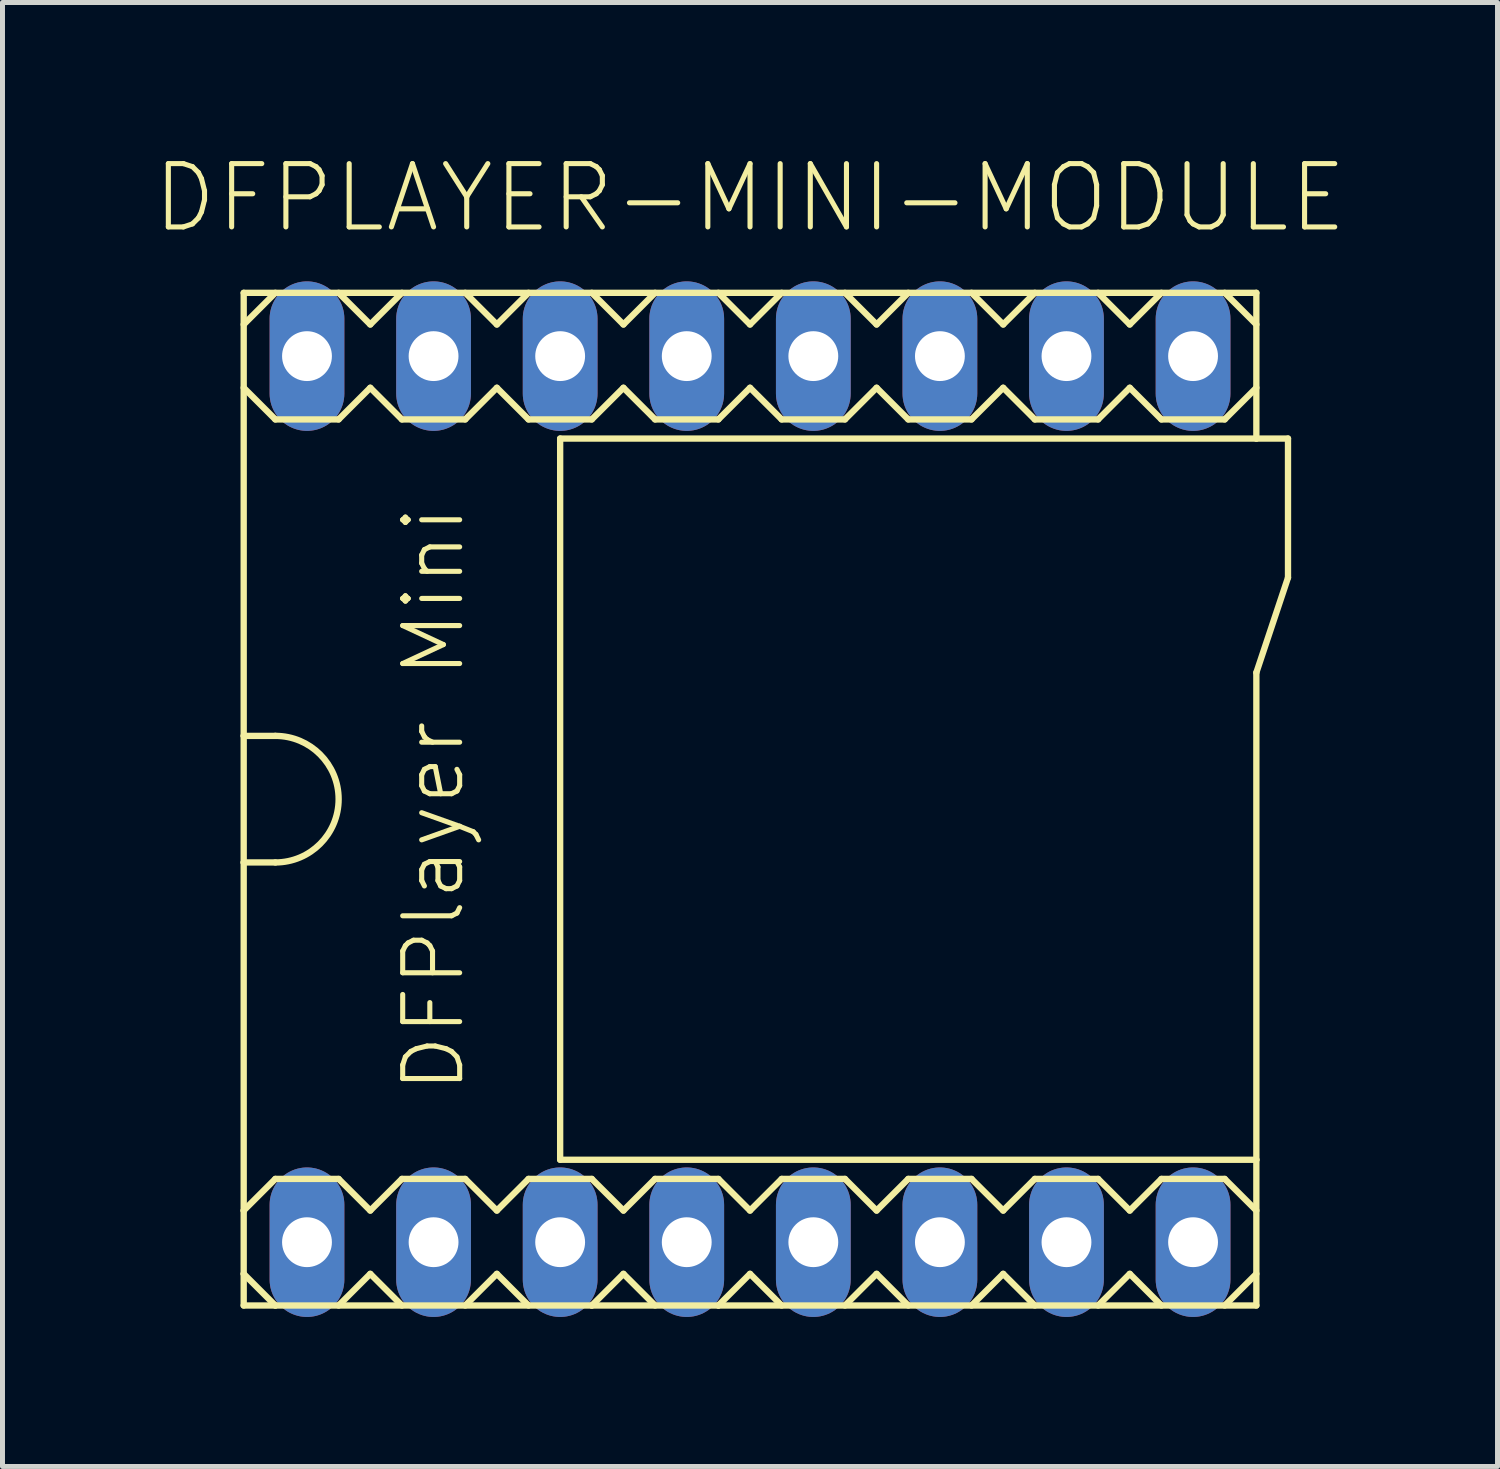
<source format=kicad_pcb>
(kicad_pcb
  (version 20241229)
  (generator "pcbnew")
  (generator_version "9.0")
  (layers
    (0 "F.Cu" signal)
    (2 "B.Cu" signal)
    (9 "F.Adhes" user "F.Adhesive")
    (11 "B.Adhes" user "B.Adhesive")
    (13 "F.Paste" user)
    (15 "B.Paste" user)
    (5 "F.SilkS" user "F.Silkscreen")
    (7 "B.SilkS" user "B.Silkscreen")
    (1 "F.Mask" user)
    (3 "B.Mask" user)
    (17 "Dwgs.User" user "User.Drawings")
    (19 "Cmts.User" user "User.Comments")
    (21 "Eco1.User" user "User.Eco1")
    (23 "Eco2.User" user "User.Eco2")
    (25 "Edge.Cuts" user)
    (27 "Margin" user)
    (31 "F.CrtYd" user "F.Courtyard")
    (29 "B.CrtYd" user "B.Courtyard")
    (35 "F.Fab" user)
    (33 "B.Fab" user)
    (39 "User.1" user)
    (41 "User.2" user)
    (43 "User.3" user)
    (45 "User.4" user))
  (footprint "DFPLAYER-MINI-MODULE"
    (layer "F.Cu")
    (at 12 12.986)
    (property "Reference" "DFPLAYER-MINI-MODULE" (at 0 -12.065 0) (layer "F.SilkS") (effects (font (size 1.27 1.27) (thickness 0.102))))
    (attr exclude_from_pos_files exclude_from_bom)
    (fp_line (start -10.16 -10.16) (end -10.16 -1.27) (stroke (width 0.127) (type solid)) (layer "F.SilkS"))
    (fp_line (start -10.16 -8.255) (end -9.525 -7.62) (stroke (width 0.127) (type solid)) (layer "F.SilkS"))
    (fp_line (start -10.16 -1.27) (end -10.16 1.27) (stroke (width 0.127) (type solid)) (layer "F.SilkS"))
    (fp_line (start -10.16 1.27) (end -10.16 8.255) (stroke (width 0.127) (type solid)) (layer "F.SilkS"))
    (fp_line (start -10.16 1.27) (end -9.525 1.27) (stroke (width 0.127) (type solid)) (layer "F.SilkS"))
    (fp_line (start -10.16 8.255) (end -10.16 9.525) (stroke (width 0.127) (type solid)) (layer "F.SilkS"))
    (fp_line (start -10.16 9.525) (end -10.16 10.16) (stroke (width 0.127) (type solid)) (layer "F.SilkS"))
    (fp_line (start -10.16 9.525) (end -9.525 10.16) (stroke (width 0.127) (type solid)) (layer "F.SilkS"))
    (fp_line (start -10.16 10.16) (end -9.525 10.16) (stroke (width 0.127) (type solid)) (layer "F.SilkS"))
    (fp_line (start -9.525 -10.16) (end -10.16 -9.525) (stroke (width 0.127) (type solid)) (layer "F.SilkS"))
    (fp_line (start -9.525 -7.62) (end -8.255 -7.62) (stroke (width 0.127) (type solid)) (layer "F.SilkS"))
    (fp_line (start -9.525 -1.27) (end -10.16 -1.27) (stroke (width 0.127) (type solid)) (layer "F.SilkS"))
    (fp_line (start -9.525 7.62) (end -10.16 8.255) (stroke (width 0.127) (type solid)) (layer "F.SilkS"))
    (fp_line (start -9.525 7.62) (end -8.255 7.62) (stroke (width 0.127) (type solid)) (layer "F.SilkS"))
    (fp_line (start -9.525 10.16) (end -3.175 10.16) (stroke (width 0.127) (type solid)) (layer "F.SilkS"))
    (fp_line (start -8.255 -7.62) (end -7.62 -8.255) (stroke (width 0.127) (type solid)) (layer "F.SilkS"))
    (fp_line (start -8.255 7.62) (end -7.62 8.255) (stroke (width 0.127) (type solid)) (layer "F.SilkS"))
    (fp_line (start -8.255 10.16) (end -7.62 9.525) (stroke (width 0.127) (type solid)) (layer "F.SilkS"))
    (fp_line (start -7.62 -9.525) (end -8.255 -10.16) (stroke (width 0.127) (type solid)) (layer "F.SilkS"))
    (fp_line (start -7.62 -8.255) (end -6.985 -7.62) (stroke (width 0.127) (type solid)) (layer "F.SilkS"))
    (fp_line (start -7.62 8.255) (end -6.985 7.62) (stroke (width 0.127) (type solid)) (layer "F.SilkS"))
    (fp_line (start -7.62 9.525) (end -6.985 10.16) (stroke (width 0.127) (type solid)) (layer "F.SilkS"))
    (fp_line (start -6.985 -10.16) (end -7.62 -9.525) (stroke (width 0.127) (type solid)) (layer "F.SilkS"))
    (fp_line (start -6.985 -7.62) (end -5.715 -7.62) (stroke (width 0.127) (type solid)) (layer "F.SilkS"))
    (fp_line (start -6.985 7.62) (end -5.715 7.62) (stroke (width 0.127) (type solid)) (layer "F.SilkS"))
    (fp_line (start -5.715 -7.62) (end -5.08 -8.255) (stroke (width 0.127) (type solid)) (layer "F.SilkS"))
    (fp_line (start -5.715 7.62) (end -5.08 8.255) (stroke (width 0.127) (type solid)) (layer "F.SilkS"))
    (fp_line (start -5.715 10.16) (end -5.08 9.525) (stroke (width 0.127) (type solid)) (layer "F.SilkS"))
    (fp_line (start -5.08 -9.525) (end -5.715 -10.16) (stroke (width 0.127) (type solid)) (layer "F.SilkS"))
    (fp_line (start -5.08 -8.255) (end -4.445 -7.62) (stroke (width 0.127) (type solid)) (layer "F.SilkS"))
    (fp_line (start -5.08 8.255) (end -4.445 7.62) (stroke (width 0.127) (type solid)) (layer "F.SilkS"))
    (fp_line (start -5.08 9.525) (end -4.445 10.16) (stroke (width 0.127) (type solid)) (layer "F.SilkS"))
    (fp_line (start -4.445 -10.16) (end -5.08 -9.525) (stroke (width 0.127) (type solid)) (layer "F.SilkS"))
    (fp_line (start -4.445 -7.62) (end -3.175 -7.62) (stroke (width 0.127) (type solid)) (layer "F.SilkS"))
    (fp_line (start -4.445 7.62) (end -3.175 7.62) (stroke (width 0.127) (type solid)) (layer "F.SilkS"))
    (fp_line (start -3.81 -7.236) (end -3.81 7.236) (stroke (width 0.127) (type solid)) (layer "F.SilkS"))
    (fp_line (start -3.81 7.236) (end 10.16 7.236) (stroke (width 0.127) (type solid)) (layer "F.SilkS"))
    (fp_line (start -3.175 -7.62) (end -2.54 -8.255) (stroke (width 0.127) (type solid)) (layer "F.SilkS"))
    (fp_line (start -3.175 7.62) (end -2.54 8.255) (stroke (width 0.127) (type solid)) (layer "F.SilkS"))
    (fp_line (start -3.175 10.16) (end -0.635 10.16) (stroke (width 0.127) (type solid)) (layer "F.SilkS"))
    (fp_line (start -2.54 -9.525) (end -3.175 -10.16) (stroke (width 0.127) (type solid)) (layer "F.SilkS"))
    (fp_line (start -2.54 -8.255) (end -1.905 -7.62) (stroke (width 0.127) (type solid)) (layer "F.SilkS"))
    (fp_line (start -2.54 8.255) (end -1.905 7.62) (stroke (width 0.127) (type solid)) (layer "F.SilkS"))
    (fp_line (start -2.54 9.525) (end -3.175 10.16) (stroke (width 0.127) (type solid)) (layer "F.SilkS"))
    (fp_line (start -2.54 9.525) (end -1.905 10.16) (stroke (width 0.127) (type solid)) (layer "F.SilkS"))
    (fp_line (start -1.905 -10.16) (end -2.54 -9.525) (stroke (width 0.127) (type solid)) (layer "F.SilkS"))
    (fp_line (start -1.905 -7.62) (end -0.635 -7.62) (stroke (width 0.127) (type solid)) (layer "F.SilkS"))
    (fp_line (start -1.905 7.62) (end -0.635 7.62) (stroke (width 0.127) (type solid)) (layer "F.SilkS"))
    (fp_line (start -0.635 -7.62) (end 0 -8.255) (stroke (width 0.127) (type solid)) (layer "F.SilkS"))
    (fp_line (start -0.635 7.62) (end 0 8.255) (stroke (width 0.127) (type solid)) (layer "F.SilkS"))
    (fp_line (start -0.635 10.16) (end 10.16 10.16) (stroke (width 0.127) (type solid)) (layer "F.SilkS"))
    (fp_line (start 0 -9.525) (end -0.635 -10.16) (stroke (width 0.127) (type solid)) (layer "F.SilkS"))
    (fp_line (start 0 -8.255) (end 0.635 -7.62) (stroke (width 0.127) (type solid)) (layer "F.SilkS"))
    (fp_line (start 0 8.255) (end 0.635 7.62) (stroke (width 0.127) (type solid)) (layer "F.SilkS"))
    (fp_line (start 0 9.525) (end -0.635 10.16) (stroke (width 0.127) (type solid)) (layer "F.SilkS"))
    (fp_line (start 0 9.525) (end 0.635 10.16) (stroke (width 0.127) (type solid)) (layer "F.SilkS"))
    (fp_line (start 0.635 -10.16) (end 0 -9.525) (stroke (width 0.127) (type solid)) (layer "F.SilkS"))
    (fp_line (start 0.635 -7.62) (end 1.905 -7.62) (stroke (width 0.127) (type solid)) (layer "F.SilkS"))
    (fp_line (start 0.635 7.62) (end 1.905 7.62) (stroke (width 0.127) (type solid)) (layer "F.SilkS"))
    (fp_line (start 1.905 -7.62) (end 2.54 -8.255) (stroke (width 0.127) (type solid)) (layer "F.SilkS"))
    (fp_line (start 1.905 7.62) (end 2.54 8.255) (stroke (width 0.127) (type solid)) (layer "F.SilkS"))
    (fp_line (start 1.905 10.16) (end 2.54 9.525) (stroke (width 0.127) (type solid)) (layer "F.SilkS"))
    (fp_line (start 2.54 -9.525) (end 1.905 -10.16) (stroke (width 0.127) (type solid)) (layer "F.SilkS"))
    (fp_line (start 2.54 -8.255) (end 3.175 -7.62) (stroke (width 0.127) (type solid)) (layer "F.SilkS"))
    (fp_line (start 2.54 8.255) (end 3.175 7.62) (stroke (width 0.127) (type solid)) (layer "F.SilkS"))
    (fp_line (start 2.54 9.525) (end 3.175 10.16) (stroke (width 0.127) (type solid)) (layer "F.SilkS"))
    (fp_line (start 3.175 -10.16) (end 2.54 -9.525) (stroke (width 0.127) (type solid)) (layer "F.SilkS"))
    (fp_line (start 3.175 -7.62) (end 4.445 -7.62) (stroke (width 0.127) (type solid)) (layer "F.SilkS"))
    (fp_line (start 3.175 7.62) (end 4.445 7.62) (stroke (width 0.127) (type solid)) (layer "F.SilkS"))
    (fp_line (start 4.445 -7.62) (end 5.08 -8.255) (stroke (width 0.127) (type solid)) (layer "F.SilkS"))
    (fp_line (start 4.445 7.62) (end 5.08 8.255) (stroke (width 0.127) (type solid)) (layer "F.SilkS"))
    (fp_line (start 4.445 10.16) (end 5.08 9.525) (stroke (width 0.127) (type solid)) (layer "F.SilkS"))
    (fp_line (start 5.08 -9.525) (end 4.445 -10.16) (stroke (width 0.127) (type solid)) (layer "F.SilkS"))
    (fp_line (start 5.08 -8.255) (end 5.715 -7.62) (stroke (width 0.127) (type solid)) (layer "F.SilkS"))
    (fp_line (start 5.08 8.255) (end 5.715 7.62) (stroke (width 0.127) (type solid)) (layer "F.SilkS"))
    (fp_line (start 5.08 9.525) (end 5.715 10.16) (stroke (width 0.127) (type solid)) (layer "F.SilkS"))
    (fp_line (start 5.715 -10.16) (end 5.08 -9.525) (stroke (width 0.127) (type solid)) (layer "F.SilkS"))
    (fp_line (start 5.715 -7.62) (end 6.985 -7.62) (stroke (width 0.127) (type solid)) (layer "F.SilkS"))
    (fp_line (start 5.715 7.62) (end 6.985 7.62) (stroke (width 0.127) (type solid)) (layer "F.SilkS"))
    (fp_line (start 6.985 -7.62) (end 7.62 -8.255) (stroke (width 0.127) (type solid)) (layer "F.SilkS"))
    (fp_line (start 6.985 7.62) (end 7.62 8.255) (stroke (width 0.127) (type solid)) (layer "F.SilkS"))
    (fp_line (start 6.985 10.16) (end 7.62 9.525) (stroke (width 0.127) (type solid)) (layer "F.SilkS"))
    (fp_line (start 7.62 -9.525) (end 6.985 -10.16) (stroke (width 0.127) (type solid)) (layer "F.SilkS"))
    (fp_line (start 7.62 -8.255) (end 8.255 -7.62) (stroke (width 0.127) (type solid)) (layer "F.SilkS"))
    (fp_line (start 7.62 8.255) (end 8.255 7.62) (stroke (width 0.127) (type solid)) (layer "F.SilkS"))
    (fp_line (start 7.62 9.525) (end 8.255 10.16) (stroke (width 0.127) (type solid)) (layer "F.SilkS"))
    (fp_line (start 8.255 -10.16) (end 7.62 -9.525) (stroke (width 0.127) (type solid)) (layer "F.SilkS"))
    (fp_line (start 8.255 -7.62) (end 9.525 -7.62) (stroke (width 0.127) (type solid)) (layer "F.SilkS"))
    (fp_line (start 8.255 7.62) (end 9.525 7.62) (stroke (width 0.127) (type solid)) (layer "F.SilkS"))
    (fp_line (start 9.525 -7.62) (end 10.16 -8.255) (stroke (width 0.127) (type solid)) (layer "F.SilkS"))
    (fp_line (start 9.525 7.62) (end 10.16 8.255) (stroke (width 0.127) (type solid)) (layer "F.SilkS"))
    (fp_line (start 9.525 10.16) (end 10.16 9.525) (stroke (width 0.127) (type solid)) (layer "F.SilkS"))
    (fp_line (start 10.16 -10.16) (end -10.16 -10.16) (stroke (width 0.127) (type solid)) (layer "F.SilkS"))
    (fp_line (start 10.16 -9.525) (end 9.525 -10.16) (stroke (width 0.127) (type solid)) (layer "F.SilkS"))
    (fp_line (start 10.16 -7.236) (end -3.81 -7.236) (stroke (width 0.127) (type solid)) (layer "F.SilkS"))
    (fp_line (start 10.16 -7.236) (end 10.16 -10.16) (stroke (width 0.127) (type solid)) (layer "F.SilkS"))
    (fp_line (start 10.16 -2.54) (end 10.795 -4.445) (stroke (width 0.127) (type solid)) (layer "F.SilkS"))
    (fp_line (start 10.16 7.236) (end 10.16 -2.54) (stroke (width 0.127) (type solid)) (layer "F.SilkS"))
    (fp_line (start 10.16 10.16) (end 10.16 7.236) (stroke (width 0.127) (type solid)) (layer "F.SilkS"))
    (fp_line (start 10.795 -7.236) (end 10.16 -7.236) (stroke (width 0.127) (type solid)) (layer "F.SilkS"))
    (fp_line (start 10.795 -4.445) (end 10.795 -7.236) (stroke (width 0.127) (type solid)) (layer "F.SilkS"))
    (fp_arc (start -9.525 -1.27) (mid -8.255 0) (end -9.525 1.27) (stroke (width 0.127) (type solid)) (layer "F.SilkS"))
    (fp_text user "DFPlayer Mini" (at -6.35 0 90) (layer "F.SilkS") (effects (font (size 1.143 1.143) (thickness 0.102))))
    (pad "1" thru_hole oval (at -8.89 8.89) (size 1.5 3) (drill 1) (layers "*.Cu" "*.Mask"))
    (pad "2" thru_hole oval (at -6.35 8.89) (size 1.5 3) (drill 1) (layers "*.Cu" "*.Mask"))
    (pad "3" thru_hole oval (at -3.81 8.89) (size 1.5 3) (drill 1) (layers "*.Cu" "*.Mask"))
    (pad "4" thru_hole oval (at -1.27 8.89) (size 1.5 3) (drill 1) (layers "*.Cu" "*.Mask"))
    (pad "5" thru_hole oval (at 1.27 8.89) (size 1.5 3) (drill 1) (layers "*.Cu" "*.Mask"))
    (pad "6" thru_hole oval (at 3.81 8.89) (size 1.5 3) (drill 1) (layers "*.Cu" "*.Mask"))
    (pad "7" thru_hole oval (at 6.35 8.89) (size 1.5 3) (drill 1) (layers "*.Cu" "*.Mask"))
    (pad "8" thru_hole oval (at 8.89 8.89) (size 1.5 3) (drill 1) (layers "*.Cu" "*.Mask"))
    (pad "9" thru_hole oval (at 8.89 -8.89) (size 1.5 3) (drill 1) (layers "*.Cu" "*.Mask"))
    (pad "10" thru_hole oval (at 6.35 -8.89) (size 1.5 3) (drill 1) (layers "*.Cu" "*.Mask"))
    (pad "11" thru_hole oval (at 3.81 -8.89) (size 1.5 3) (drill 1) (layers "*.Cu" "*.Mask"))
    (pad "12" thru_hole oval (at 1.27 -8.89) (size 1.5 3) (drill 1) (layers "*.Cu" "*.Mask"))
    (pad "13" thru_hole oval (at -1.27 -8.89) (size 1.5 3) (drill 1) (layers "*.Cu" "*.Mask"))
    (pad "14" thru_hole oval (at -3.81 -8.89) (size 1.5 3) (drill 1) (layers "*.Cu" "*.Mask"))
    (pad "15" thru_hole oval (at -6.35 -8.89) (size 1.5 3) (drill 1) (layers "*.Cu" "*.Mask"))
    (pad "16" thru_hole oval (at -8.89 -8.89) (size 1.5 3) (drill 1) (layers "*.Cu" "*.Mask")))
  (gr_rect
    (start -3 -3)
    (end 26.999 26.376)
    (stroke (width 0.1) (type default))
    (fill no)
    (layer "Edge.Cuts")))
</source>
